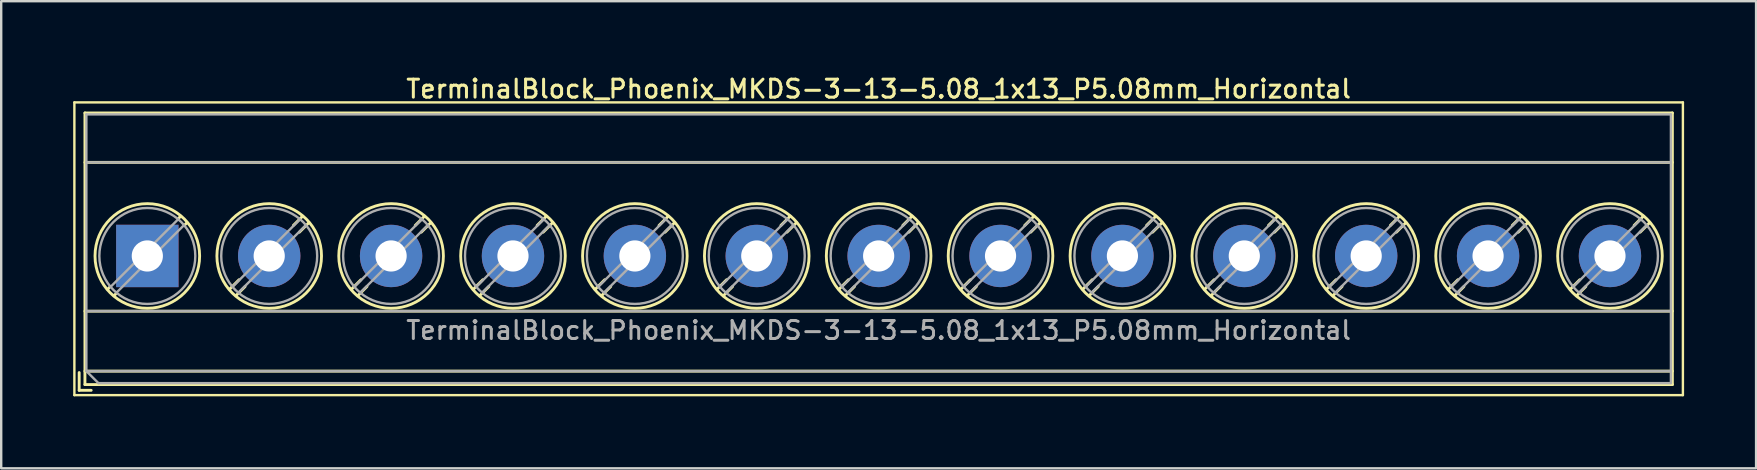
<source format=kicad_pcb>
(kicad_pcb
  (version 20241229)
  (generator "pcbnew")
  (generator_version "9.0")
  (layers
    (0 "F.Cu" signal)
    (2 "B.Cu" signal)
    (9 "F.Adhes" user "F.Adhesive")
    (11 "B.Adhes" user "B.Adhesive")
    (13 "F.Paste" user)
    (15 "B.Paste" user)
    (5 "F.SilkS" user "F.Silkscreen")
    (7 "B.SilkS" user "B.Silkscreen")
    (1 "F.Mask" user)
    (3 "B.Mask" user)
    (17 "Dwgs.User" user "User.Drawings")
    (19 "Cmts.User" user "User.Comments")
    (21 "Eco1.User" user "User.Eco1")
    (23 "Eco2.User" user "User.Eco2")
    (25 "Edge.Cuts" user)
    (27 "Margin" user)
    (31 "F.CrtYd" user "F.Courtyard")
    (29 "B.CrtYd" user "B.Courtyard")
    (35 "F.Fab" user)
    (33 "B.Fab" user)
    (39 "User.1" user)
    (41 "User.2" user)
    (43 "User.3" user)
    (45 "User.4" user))
  (footprint "TerminalBlock_Phoenix_MKDS-3-13-5.08_1x13_P5.08mm_Horizontal"
    (layer "F.Cu")
    (at 3.09 7.618)
    (property "Reference" "TerminalBlock_Phoenix_MKDS-3-13-5.08_1x13_P5.08mm_Horizontal" (at 30.48 -6.96 0) (layer "F.SilkS") (effects (font (size 0.75 0.75) (thickness 0.125))))
    (attr through_hole)
    (fp_line (start -3.04 -6.4) (end -3.04 5.8) (stroke (width 0.1) (type solid)) (layer "F.SilkS"))
    (fp_line (start -3.04 5.8) (end 64 5.8) (stroke (width 0.1) (type solid)) (layer "F.SilkS"))
    (fp_line (start -2.84 4.86) (end -2.84 5.6) (stroke (width 0.12) (type solid)) (layer "F.SilkS"))
    (fp_line (start -2.84 5.6) (end -2.34 5.6) (stroke (width 0.12) (type solid)) (layer "F.SilkS"))
    (fp_line (start -2.6 -5.96) (end -2.6 5.36) (stroke (width 0.12) (type solid)) (layer "F.SilkS"))
    (fp_line (start -2.6 -5.96) (end 63.561 -5.96) (stroke (width 0.12) (type solid)) (layer "F.SilkS"))
    (fp_line (start -2.6 -3.9) (end 63.561 -3.9) (stroke (width 0.12) (type solid)) (layer "F.SilkS"))
    (fp_line (start -2.6 2.3) (end 63.561 2.3) (stroke (width 0.12) (type solid)) (layer "F.SilkS"))
    (fp_line (start -2.6 4.8) (end 63.561 4.8) (stroke (width 0.12) (type solid)) (layer "F.SilkS"))
    (fp_line (start -2.6 5.36) (end 63.561 5.36) (stroke (width 0.12) (type solid)) (layer "F.SilkS"))
    (fp_line (start -1.548 1.281) (end -1.654 1.388) (stroke (width 0.12) (type solid)) (layer "F.SilkS"))
    (fp_line (start -1.282 1.547) (end -1.388 1.654) (stroke (width 0.12) (type solid)) (layer "F.SilkS"))
    (fp_line (start 1.388 -1.654) (end 1.281 -1.547) (stroke (width 0.12) (type solid)) (layer "F.SilkS"))
    (fp_line (start 1.654 -1.388) (end 1.547 -1.281) (stroke (width 0.12) (type solid)) (layer "F.SilkS"))
    (fp_line (start 3.822 0.992) (end 3.427 1.388) (stroke (width 0.12) (type solid)) (layer "F.SilkS"))
    (fp_line (start 4.073 1.274) (end 3.693 1.654) (stroke (width 0.12) (type solid)) (layer "F.SilkS"))
    (fp_line (start 6.468 -1.654) (end 6.088 -1.274) (stroke (width 0.12) (type solid)) (layer "F.SilkS"))
    (fp_line (start 6.734 -1.388) (end 6.339 -0.992) (stroke (width 0.12) (type solid)) (layer "F.SilkS"))
    (fp_line (start 8.902 0.992) (end 8.507 1.388) (stroke (width 0.12) (type solid)) (layer "F.SilkS"))
    (fp_line (start 9.153 1.274) (end 8.773 1.654) (stroke (width 0.12) (type solid)) (layer "F.SilkS"))
    (fp_line (start 11.548 -1.654) (end 11.168 -1.274) (stroke (width 0.12) (type solid)) (layer "F.SilkS"))
    (fp_line (start 11.814 -1.388) (end 11.419 -0.992) (stroke (width 0.12) (type solid)) (layer "F.SilkS"))
    (fp_line (start 13.982 0.992) (end 13.587 1.388) (stroke (width 0.12) (type solid)) (layer "F.SilkS"))
    (fp_line (start 14.233 1.274) (end 13.853 1.654) (stroke (width 0.12) (type solid)) (layer "F.SilkS"))
    (fp_line (start 16.628 -1.654) (end 16.248 -1.274) (stroke (width 0.12) (type solid)) (layer "F.SilkS"))
    (fp_line (start 16.894 -1.388) (end 16.499 -0.992) (stroke (width 0.12) (type solid)) (layer "F.SilkS"))
    (fp_line (start 19.062 0.992) (end 18.667 1.388) (stroke (width 0.12) (type solid)) (layer "F.SilkS"))
    (fp_line (start 19.313 1.274) (end 18.933 1.654) (stroke (width 0.12) (type solid)) (layer "F.SilkS"))
    (fp_line (start 21.708 -1.654) (end 21.328 -1.274) (stroke (width 0.12) (type solid)) (layer "F.SilkS"))
    (fp_line (start 21.974 -1.388) (end 21.579 -0.992) (stroke (width 0.12) (type solid)) (layer "F.SilkS"))
    (fp_line (start 24.142 0.992) (end 23.747 1.388) (stroke (width 0.12) (type solid)) (layer "F.SilkS"))
    (fp_line (start 24.393 1.274) (end 24.013 1.654) (stroke (width 0.12) (type solid)) (layer "F.SilkS"))
    (fp_line (start 26.788 -1.654) (end 26.408 -1.274) (stroke (width 0.12) (type solid)) (layer "F.SilkS"))
    (fp_line (start 27.054 -1.388) (end 26.659 -0.992) (stroke (width 0.12) (type solid)) (layer "F.SilkS"))
    (fp_line (start 29.222 0.992) (end 28.827 1.388) (stroke (width 0.12) (type solid)) (layer "F.SilkS"))
    (fp_line (start 29.473 1.274) (end 29.093 1.654) (stroke (width 0.12) (type solid)) (layer "F.SilkS"))
    (fp_line (start 31.868 -1.654) (end 31.488 -1.274) (stroke (width 0.12) (type solid)) (layer "F.SilkS"))
    (fp_line (start 32.134 -1.388) (end 31.739 -0.992) (stroke (width 0.12) (type solid)) (layer "F.SilkS"))
    (fp_line (start 34.302 0.992) (end 33.907 1.388) (stroke (width 0.12) (type solid)) (layer "F.SilkS"))
    (fp_line (start 34.553 1.274) (end 34.173 1.654) (stroke (width 0.12) (type solid)) (layer "F.SilkS"))
    (fp_line (start 36.948 -1.654) (end 36.568 -1.274) (stroke (width 0.12) (type solid)) (layer "F.SilkS"))
    (fp_line (start 37.214 -1.388) (end 36.819 -0.992) (stroke (width 0.12) (type solid)) (layer "F.SilkS"))
    (fp_line (start 39.382 0.992) (end 38.987 1.388) (stroke (width 0.12) (type solid)) (layer "F.SilkS"))
    (fp_line (start 39.633 1.274) (end 39.253 1.654) (stroke (width 0.12) (type solid)) (layer "F.SilkS"))
    (fp_line (start 42.028 -1.654) (end 41.648 -1.274) (stroke (width 0.12) (type solid)) (layer "F.SilkS"))
    (fp_line (start 42.294 -1.388) (end 41.899 -0.992) (stroke (width 0.12) (type solid)) (layer "F.SilkS"))
    (fp_line (start 44.462 0.992) (end 44.067 1.388) (stroke (width 0.12) (type solid)) (layer "F.SilkS"))
    (fp_line (start 44.713 1.274) (end 44.333 1.654) (stroke (width 0.12) (type solid)) (layer "F.SilkS"))
    (fp_line (start 47.108 -1.654) (end 46.728 -1.274) (stroke (width 0.12) (type solid)) (layer "F.SilkS"))
    (fp_line (start 47.374 -1.388) (end 46.979 -0.992) (stroke (width 0.12) (type solid)) (layer "F.SilkS"))
    (fp_line (start 49.542 0.992) (end 49.147 1.388) (stroke (width 0.12) (type solid)) (layer "F.SilkS"))
    (fp_line (start 49.793 1.274) (end 49.413 1.654) (stroke (width 0.12) (type solid)) (layer "F.SilkS"))
    (fp_line (start 52.188 -1.654) (end 51.808 -1.274) (stroke (width 0.12) (type solid)) (layer "F.SilkS"))
    (fp_line (start 52.454 -1.388) (end 52.059 -0.992) (stroke (width 0.12) (type solid)) (layer "F.SilkS"))
    (fp_line (start 54.622 0.992) (end 54.227 1.388) (stroke (width 0.12) (type solid)) (layer "F.SilkS"))
    (fp_line (start 54.873 1.274) (end 54.493 1.654) (stroke (width 0.12) (type solid)) (layer "F.SilkS"))
    (fp_line (start 57.268 -1.654) (end 56.888 -1.274) (stroke (width 0.12) (type solid)) (layer "F.SilkS"))
    (fp_line (start 57.534 -1.388) (end 57.139 -0.992) (stroke (width 0.12) (type solid)) (layer "F.SilkS"))
    (fp_line (start 59.702 0.992) (end 59.307 1.388) (stroke (width 0.12) (type solid)) (layer "F.SilkS"))
    (fp_line (start 59.953 1.274) (end 59.573 1.654) (stroke (width 0.12) (type solid)) (layer "F.SilkS"))
    (fp_line (start 62.348 -1.654) (end 61.968 -1.274) (stroke (width 0.12) (type solid)) (layer "F.SilkS"))
    (fp_line (start 62.614 -1.388) (end 62.219 -0.992) (stroke (width 0.12) (type solid)) (layer "F.SilkS"))
    (fp_line (start 63.561 -5.96) (end 63.561 5.36) (stroke (width 0.12) (type solid)) (layer "F.SilkS"))
    (fp_line (start 64 -6.4) (end -3.04 -6.4) (stroke (width 0.1) (type solid)) (layer "F.SilkS"))
    (fp_line (start 64 5.8) (end 64 -6.4) (stroke (width 0.1) (type solid)) (layer "F.SilkS"))
    (fp_circle (center 0 0) (end 2.18 0) (stroke (width 0.12) (type solid)) (fill no) (layer "F.SilkS"))
    (fp_circle (center 5.08 0) (end 7.26 0) (stroke (width 0.12) (type solid)) (fill no) (layer "F.SilkS"))
    (fp_circle (center 10.16 0) (end 12.34 0) (stroke (width 0.12) (type solid)) (fill no) (layer "F.SilkS"))
    (fp_circle (center 15.24 0) (end 17.42 0) (stroke (width 0.12) (type solid)) (fill no) (layer "F.SilkS"))
    (fp_circle (center 20.32 0) (end 22.5 0) (stroke (width 0.12) (type solid)) (fill no) (layer "F.SilkS"))
    (fp_circle (center 25.4 0) (end 27.58 0) (stroke (width 0.12) (type solid)) (fill no) (layer "F.SilkS"))
    (fp_circle (center 30.48 0) (end 32.66 0) (stroke (width 0.12) (type solid)) (fill no) (layer "F.SilkS"))
    (fp_circle (center 35.56 0) (end 37.74 0) (stroke (width 0.12) (type solid)) (fill no) (layer "F.SilkS"))
    (fp_circle (center 40.64 0) (end 42.82 0) (stroke (width 0.12) (type solid)) (fill no) (layer "F.SilkS"))
    (fp_circle (center 45.72 0) (end 47.9 0) (stroke (width 0.12) (type solid)) (fill no) (layer "F.SilkS"))
    (fp_circle (center 50.8 0) (end 52.98 0) (stroke (width 0.12) (type solid)) (fill no) (layer "F.SilkS"))
    (fp_circle (center 55.88 0) (end 58.06 0) (stroke (width 0.12) (type solid)) (fill no) (layer "F.SilkS"))
    (fp_circle (center 60.96 0) (end 63.14 0) (stroke (width 0.12) (type solid)) (fill no) (layer "F.SilkS"))
    (fp_line (start -2.54 -5.9) (end 63.5 -5.9) (stroke (width 0.1) (type solid)) (layer "F.Fab"))
    (fp_line (start -2.54 -3.9) (end 63.5 -3.9) (stroke (width 0.1) (type solid)) (layer "F.Fab"))
    (fp_line (start -2.54 2.3) (end 63.5 2.3) (stroke (width 0.1) (type solid)) (layer "F.Fab"))
    (fp_line (start -2.54 4.8) (end -2.54 -5.9) (stroke (width 0.1) (type solid)) (layer "F.Fab"))
    (fp_line (start -2.54 4.8) (end 63.5 4.8) (stroke (width 0.1) (type solid)) (layer "F.Fab"))
    (fp_line (start -2.04 5.3) (end -2.54 4.8) (stroke (width 0.1) (type solid)) (layer "F.Fab"))
    (fp_line (start 1.273 -1.517) (end -1.517 1.273) (stroke (width 0.1) (type solid)) (layer "F.Fab"))
    (fp_line (start 1.517 -1.273) (end -1.273 1.517) (stroke (width 0.1) (type solid)) (layer "F.Fab"))
    (fp_line (start 6.353 -1.517) (end 3.564 1.273) (stroke (width 0.1) (type solid)) (layer "F.Fab"))
    (fp_line (start 6.597 -1.273) (end 3.808 1.517) (stroke (width 0.1) (type solid)) (layer "F.Fab"))
    (fp_line (start 11.433 -1.517) (end 8.644 1.273) (stroke (width 0.1) (type solid)) (layer "F.Fab"))
    (fp_line (start 11.677 -1.273) (end 8.888 1.517) (stroke (width 0.1) (type solid)) (layer "F.Fab"))
    (fp_line (start 16.513 -1.517) (end 13.724 1.273) (stroke (width 0.1) (type solid)) (layer "F.Fab"))
    (fp_line (start 16.757 -1.273) (end 13.968 1.517) (stroke (width 0.1) (type solid)) (layer "F.Fab"))
    (fp_line (start 21.593 -1.517) (end 18.804 1.273) (stroke (width 0.1) (type solid)) (layer "F.Fab"))
    (fp_line (start 21.837 -1.273) (end 19.048 1.517) (stroke (width 0.1) (type solid)) (layer "F.Fab"))
    (fp_line (start 26.673 -1.517) (end 23.884 1.273) (stroke (width 0.1) (type solid)) (layer "F.Fab"))
    (fp_line (start 26.917 -1.273) (end 24.128 1.517) (stroke (width 0.1) (type solid)) (layer "F.Fab"))
    (fp_line (start 31.753 -1.517) (end 28.964 1.273) (stroke (width 0.1) (type solid)) (layer "F.Fab"))
    (fp_line (start 31.997 -1.273) (end 29.208 1.517) (stroke (width 0.1) (type solid)) (layer "F.Fab"))
    (fp_line (start 36.833 -1.517) (end 34.044 1.273) (stroke (width 0.1) (type solid)) (layer "F.Fab"))
    (fp_line (start 37.077 -1.273) (end 34.288 1.517) (stroke (width 0.1) (type solid)) (layer "F.Fab"))
    (fp_line (start 41.913 -1.517) (end 39.124 1.273) (stroke (width 0.1) (type solid)) (layer "F.Fab"))
    (fp_line (start 42.157 -1.273) (end 39.368 1.517) (stroke (width 0.1) (type solid)) (layer "F.Fab"))
    (fp_line (start 46.993 -1.517) (end 44.204 1.273) (stroke (width 0.1) (type solid)) (layer "F.Fab"))
    (fp_line (start 47.237 -1.273) (end 44.448 1.517) (stroke (width 0.1) (type solid)) (layer "F.Fab"))
    (fp_line (start 52.073 -1.517) (end 49.284 1.273) (stroke (width 0.1) (type solid)) (layer "F.Fab"))
    (fp_line (start 52.317 -1.273) (end 49.528 1.517) (stroke (width 0.1) (type solid)) (layer "F.Fab"))
    (fp_line (start 57.153 -1.517) (end 54.364 1.273) (stroke (width 0.1) (type solid)) (layer "F.Fab"))
    (fp_line (start 57.397 -1.273) (end 54.608 1.517) (stroke (width 0.1) (type solid)) (layer "F.Fab"))
    (fp_line (start 62.233 -1.517) (end 59.444 1.273) (stroke (width 0.1) (type solid)) (layer "F.Fab"))
    (fp_line (start 62.477 -1.273) (end 59.688 1.517) (stroke (width 0.1) (type solid)) (layer "F.Fab"))
    (fp_line (start 63.5 -5.9) (end 63.5 5.3) (stroke (width 0.1) (type solid)) (layer "F.Fab"))
    (fp_line (start 63.5 5.3) (end -2.04 5.3) (stroke (width 0.1) (type solid)) (layer "F.Fab"))
    (fp_circle (center 0 0) (end 2 0) (stroke (width 0.1) (type solid)) (fill no) (layer "F.Fab"))
    (fp_circle (center 5.08 0) (end 7.08 0) (stroke (width 0.1) (type solid)) (fill no) (layer "F.Fab"))
    (fp_circle (center 10.16 0) (end 12.16 0) (stroke (width 0.1) (type solid)) (fill no) (layer "F.Fab"))
    (fp_circle (center 15.24 0) (end 17.24 0) (stroke (width 0.1) (type solid)) (fill no) (layer "F.Fab"))
    (fp_circle (center 20.32 0) (end 22.32 0) (stroke (width 0.1) (type solid)) (fill no) (layer "F.Fab"))
    (fp_circle (center 25.4 0) (end 27.4 0) (stroke (width 0.1) (type solid)) (fill no) (layer "F.Fab"))
    (fp_circle (center 30.48 0) (end 32.48 0) (stroke (width 0.1) (type solid)) (fill no) (layer "F.Fab"))
    (fp_circle (center 35.56 0) (end 37.56 0) (stroke (width 0.1) (type solid)) (fill no) (layer "F.Fab"))
    (fp_circle (center 40.64 0) (end 42.64 0) (stroke (width 0.1) (type solid)) (fill no) (layer "F.Fab"))
    (fp_circle (center 45.72 0) (end 47.72 0) (stroke (width 0.1) (type solid)) (fill no) (layer "F.Fab"))
    (fp_circle (center 50.8 0) (end 52.8 0) (stroke (width 0.1) (type solid)) (fill no) (layer "F.Fab"))
    (fp_circle (center 55.88 0) (end 57.88 0) (stroke (width 0.1) (type solid)) (fill no) (layer "F.Fab"))
    (fp_circle (center 60.96 0) (end 62.96 0) (stroke (width 0.1) (type solid)) (fill no) (layer "F.Fab"))
    (fp_text user "${REFERENCE}" (at 30.48 3.1 0) (layer "F.Fab") (effects (font (size 0.75 0.75) (thickness 0.125))))
    (pad "1" thru_hole rect (at 0 0) (size 2.6 2.6) (drill 1.3) (layers "*.Cu" "*.Mask"))
    (pad "2" thru_hole circle (at 5.08 0) (size 2.6 2.6) (drill 1.3) (layers "*.Cu" "*.Mask"))
    (pad "3" thru_hole circle (at 10.16 0) (size 2.6 2.6) (drill 1.3) (layers "*.Cu" "*.Mask"))
    (pad "4" thru_hole circle (at 15.24 0) (size 2.6 2.6) (drill 1.3) (layers "*.Cu" "*.Mask"))
    (pad "5" thru_hole circle (at 20.32 0) (size 2.6 2.6) (drill 1.3) (layers "*.Cu" "*.Mask"))
    (pad "6" thru_hole circle (at 25.4 0) (size 2.6 2.6) (drill 1.3) (layers "*.Cu" "*.Mask"))
    (pad "7" thru_hole circle (at 30.48 0) (size 2.6 2.6) (drill 1.3) (layers "*.Cu" "*.Mask"))
    (pad "8" thru_hole circle (at 35.56 0) (size 2.6 2.6) (drill 1.3) (layers "*.Cu" "*.Mask"))
    (pad "9" thru_hole circle (at 40.64 0) (size 2.6 2.6) (drill 1.3) (layers "*.Cu" "*.Mask"))
    (pad "10" thru_hole circle (at 45.72 0) (size 2.6 2.6) (drill 1.3) (layers "*.Cu" "*.Mask"))
    (pad "11" thru_hole circle (at 50.8 0) (size 2.6 2.6) (drill 1.3) (layers "*.Cu" "*.Mask"))
    (pad "12" thru_hole circle (at 55.88 0) (size 2.6 2.6) (drill 1.3) (layers "*.Cu" "*.Mask"))
    (pad "13" thru_hole circle (at 60.96 0) (size 2.6 2.6) (drill 1.3) (layers "*.Cu" "*.Mask")))
  (gr_rect
    (start -3 -3)
    (end 70.14 16.468)
    (stroke (width 0.1) (type default))
    (fill no)
    (layer "Edge.Cuts")))
</source>
